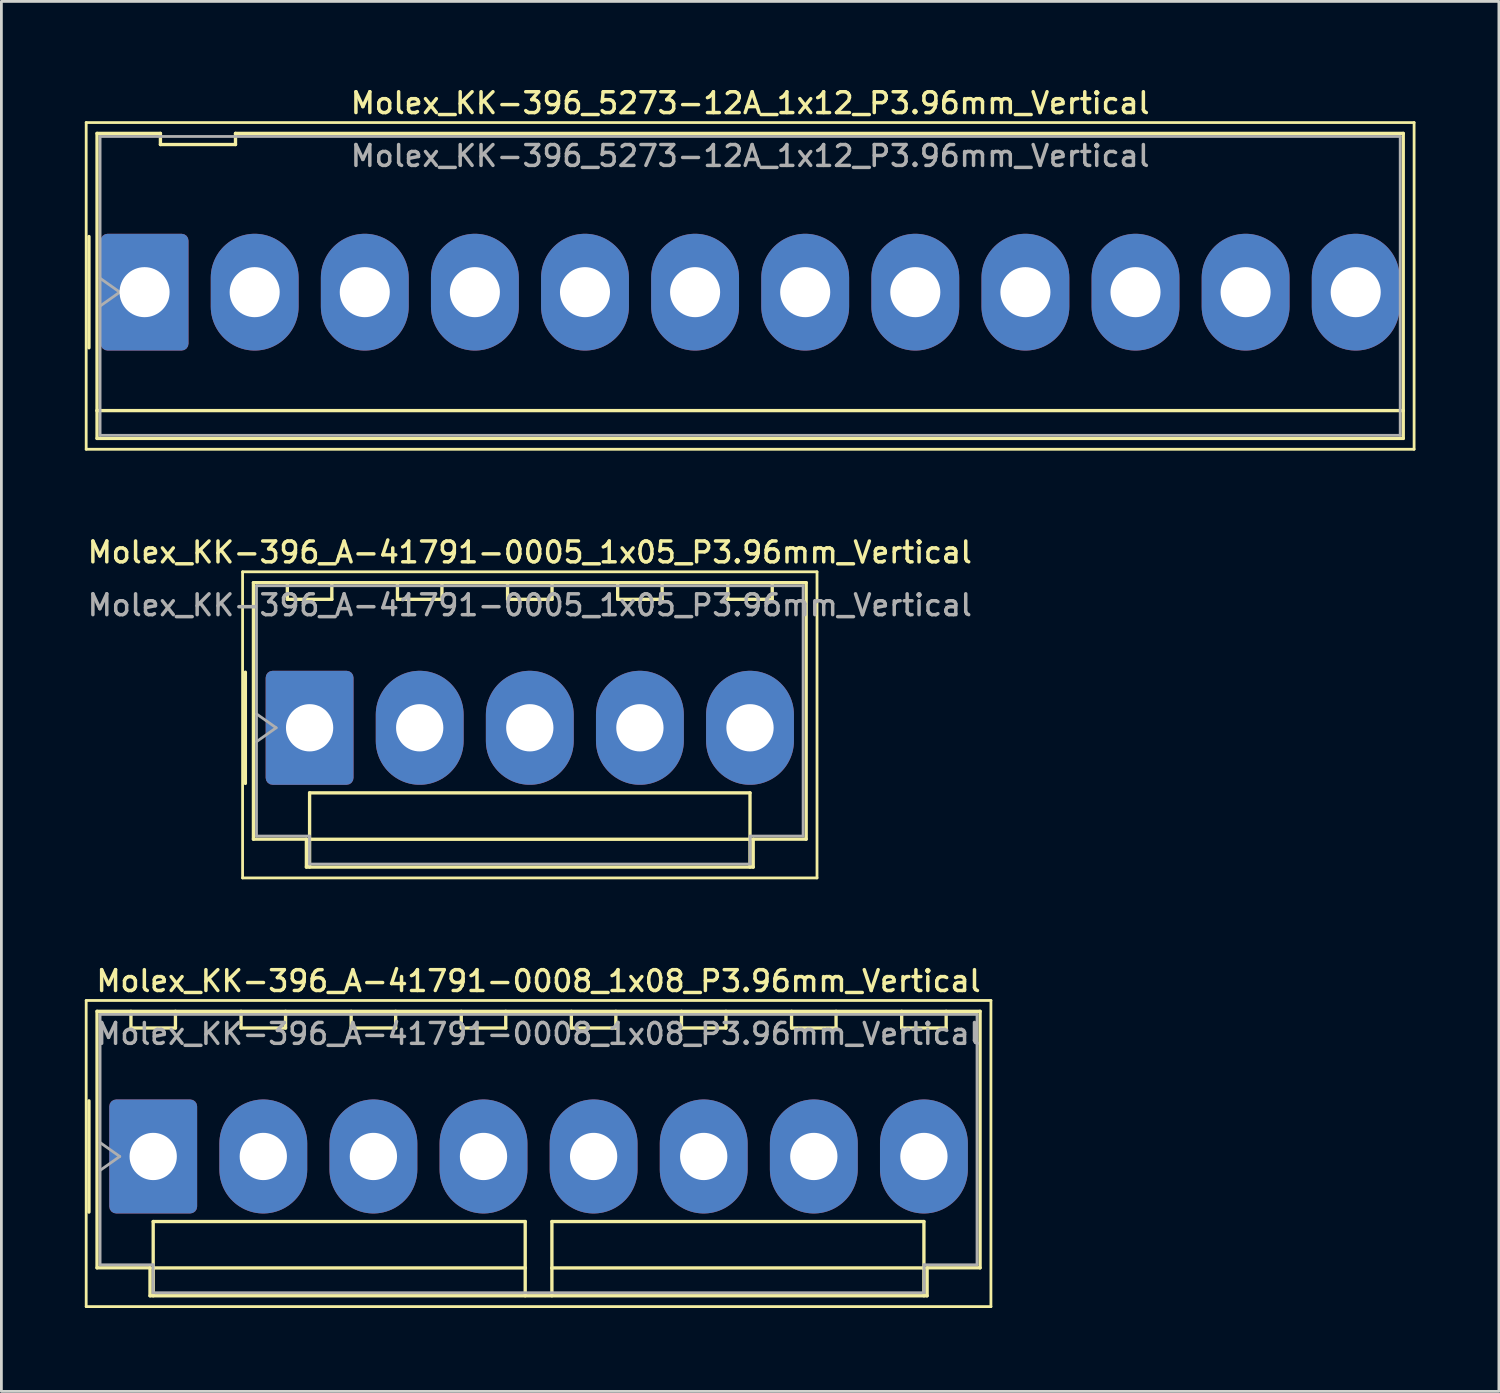
<source format=kicad_pcb>
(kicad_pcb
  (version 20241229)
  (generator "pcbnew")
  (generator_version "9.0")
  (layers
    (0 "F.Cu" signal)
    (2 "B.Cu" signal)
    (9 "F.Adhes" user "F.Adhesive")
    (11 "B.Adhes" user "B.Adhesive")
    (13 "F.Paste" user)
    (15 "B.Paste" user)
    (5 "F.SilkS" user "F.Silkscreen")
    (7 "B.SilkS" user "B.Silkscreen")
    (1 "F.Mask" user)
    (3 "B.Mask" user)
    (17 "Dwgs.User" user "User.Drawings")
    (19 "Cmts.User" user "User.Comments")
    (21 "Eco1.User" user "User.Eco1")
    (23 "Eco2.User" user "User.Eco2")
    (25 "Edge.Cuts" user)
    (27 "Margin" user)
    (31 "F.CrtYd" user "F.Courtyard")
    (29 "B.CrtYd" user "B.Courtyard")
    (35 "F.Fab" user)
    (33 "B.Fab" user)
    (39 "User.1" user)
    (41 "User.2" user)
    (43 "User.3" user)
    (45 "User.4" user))
  (footprint "Molex_KK-396_5273-12A_1x12_P3.96mm_Vertical"
    (layer "F.Cu")
    (at 2.15 7.458)
    (property "Reference" "Molex_KK-396_5273-12A_1x12_P3.96mm_Vertical" (at 21.78 -6.8 0) (layer "F.SilkS") (effects (font (size 0.75 0.75) (thickness 0.125))))
    (attr through_hole)
    (fp_line (start -2.1 -6.1) (end -2.1 5.65) (stroke (width 0.1) (type solid)) (layer "F.SilkS"))
    (fp_line (start -2.1 5.65) (end 45.66 5.65) (stroke (width 0.1) (type solid)) (layer "F.SilkS"))
    (fp_line (start -2 -2) (end -2 2) (stroke (width 0.12) (type solid)) (layer "F.SilkS"))
    (fp_line (start -1.71 -5.71) (end 0.57 -5.71) (stroke (width 0.12) (type solid)) (layer "F.SilkS"))
    (fp_line (start -1.71 4.26) (end -1.71 -5.71) (stroke (width 0.12) (type solid)) (layer "F.SilkS"))
    (fp_line (start -1.71 4.26) (end 45.27 4.26) (stroke (width 0.12) (type solid)) (layer "F.SilkS"))
    (fp_line (start -1.71 5.26) (end -1.71 4.26) (stroke (width 0.12) (type solid)) (layer "F.SilkS"))
    (fp_line (start 0.57 -5.71) (end 0.57 -5.31) (stroke (width 0.12) (type solid)) (layer "F.SilkS"))
    (fp_line (start 0.57 -5.31) (end 3.27 -5.31) (stroke (width 0.12) (type solid)) (layer "F.SilkS"))
    (fp_line (start 3.27 -5.71) (end 45.27 -5.71) (stroke (width 0.12) (type solid)) (layer "F.SilkS"))
    (fp_line (start 3.27 -5.31) (end 3.27 -5.71) (stroke (width 0.12) (type solid)) (layer "F.SilkS"))
    (fp_line (start 45.27 -5.71) (end 45.27 5.26) (stroke (width 0.12) (type solid)) (layer "F.SilkS"))
    (fp_line (start 45.27 5.26) (end -1.71 5.26) (stroke (width 0.12) (type solid)) (layer "F.SilkS"))
    (fp_line (start 45.66 -6.1) (end -2.1 -6.1) (stroke (width 0.1) (type solid)) (layer "F.SilkS"))
    (fp_line (start 45.66 5.65) (end 45.66 -6.1) (stroke (width 0.1) (type solid)) (layer "F.SilkS"))
    (fp_line (start -1.6 -5.6) (end 45.16 -5.6) (stroke (width 0.1) (type solid)) (layer "F.Fab"))
    (fp_line (start -1.6 -0.5) (end -0.893 0) (stroke (width 0.1) (type solid)) (layer "F.Fab"))
    (fp_line (start -1.6 5.15) (end -1.6 -5.6) (stroke (width 0.1) (type solid)) (layer "F.Fab"))
    (fp_line (start -0.893 0) (end -1.6 0.5) (stroke (width 0.1) (type solid)) (layer "F.Fab"))
    (fp_line (start 45.16 -5.6) (end 45.16 5.15) (stroke (width 0.1) (type solid)) (layer "F.Fab"))
    (fp_line (start 45.16 5.15) (end -1.6 5.15) (stroke (width 0.1) (type solid)) (layer "F.Fab"))
    (fp_text user "${REFERENCE}" (at 21.78 -4.9 0) (layer "F.Fab") (effects (font (size 0.75 0.75) (thickness 0.125))))
    (pad "1" thru_hole roundrect (at 0 0) (size 3.16 4.2) (drill 1.8) (layers "*.Cu" "*.Mask") (roundrect_rratio 0.079))
    (pad "2" thru_hole oval (at 3.96 0) (size 3.16 4.2) (drill 1.8) (layers "*.Cu" "*.Mask"))
    (pad "3" thru_hole oval (at 7.92 0) (size 3.16 4.2) (drill 1.8) (layers "*.Cu" "*.Mask"))
    (pad "4" thru_hole oval (at 11.88 0) (size 3.16 4.2) (drill 1.8) (layers "*.Cu" "*.Mask"))
    (pad "5" thru_hole oval (at 15.84 0) (size 3.16 4.2) (drill 1.8) (layers "*.Cu" "*.Mask"))
    (pad "6" thru_hole oval (at 19.8 0) (size 3.16 4.2) (drill 1.8) (layers "*.Cu" "*.Mask"))
    (pad "7" thru_hole oval (at 23.76 0) (size 3.16 4.2) (drill 1.8) (layers "*.Cu" "*.Mask"))
    (pad "8" thru_hole oval (at 27.72 0) (size 3.16 4.2) (drill 1.8) (layers "*.Cu" "*.Mask"))
    (pad "9" thru_hole oval (at 31.68 0) (size 3.16 4.2) (drill 1.8) (layers "*.Cu" "*.Mask"))
    (pad "10" thru_hole oval (at 35.64 0) (size 3.16 4.2) (drill 1.8) (layers "*.Cu" "*.Mask"))
    (pad "11" thru_hole oval (at 39.6 0) (size 3.16 4.2) (drill 1.8) (layers "*.Cu" "*.Mask"))
    (pad "12" thru_hole oval (at 43.56 0) (size 3.16 4.2) (drill 1.8) (layers "*.Cu" "*.Mask")))
  (footprint "Molex_KK-396_A-41791-0005_1x05_P3.96mm_Vertical"
    (layer "F.Cu")
    (at 8.085 23.126)
    (property "Reference" "Molex_KK-396_A-41791-0005_1x05_P3.96mm_Vertical" (at 7.92 -6.31 0) (layer "F.SilkS") (effects (font (size 0.75 0.75) (thickness 0.125))))
    (attr through_hole)
    (fp_line (start -2.41 -5.61) (end -2.41 5.4) (stroke (width 0.1) (type solid)) (layer "F.SilkS"))
    (fp_line (start -2.41 5.4) (end 18.25 5.4) (stroke (width 0.1) (type solid)) (layer "F.SilkS"))
    (fp_line (start -2.31 -2) (end -2.31 2) (stroke (width 0.12) (type solid)) (layer "F.SilkS"))
    (fp_line (start -2.02 -5.22) (end 17.86 -5.22) (stroke (width 0.12) (type solid)) (layer "F.SilkS"))
    (fp_line (start -2.02 4.005) (end -2.02 -5.22) (stroke (width 0.12) (type solid)) (layer "F.SilkS"))
    (fp_line (start -0.8 -5.22) (end -0.8 -4.62) (stroke (width 0.12) (type solid)) (layer "F.SilkS"))
    (fp_line (start -0.8 -4.62) (end 0.8 -4.62) (stroke (width 0.12) (type solid)) (layer "F.SilkS"))
    (fp_line (start -0.115 4.005) (end -2.02 4.005) (stroke (width 0.12) (type solid)) (layer "F.SilkS"))
    (fp_line (start -0.115 5.01) (end -0.115 4.005) (stroke (width 0.12) (type solid)) (layer "F.SilkS"))
    (fp_line (start 0 2.34) (end 15.84 2.34) (stroke (width 0.12) (type solid)) (layer "F.SilkS"))
    (fp_line (start 0 4.01) (end 0 2.34) (stroke (width 0.12) (type solid)) (layer "F.SilkS"))
    (fp_line (start 0 4.01) (end 15.84 4.01) (stroke (width 0.12) (type solid)) (layer "F.SilkS"))
    (fp_line (start 0 5.01) (end 0 4.01) (stroke (width 0.12) (type solid)) (layer "F.SilkS"))
    (fp_line (start 0.8 -4.62) (end 0.8 -5.22) (stroke (width 0.12) (type solid)) (layer "F.SilkS"))
    (fp_line (start 3.16 -5.22) (end 3.16 -4.62) (stroke (width 0.12) (type solid)) (layer "F.SilkS"))
    (fp_line (start 3.16 -4.62) (end 4.76 -4.62) (stroke (width 0.12) (type solid)) (layer "F.SilkS"))
    (fp_line (start 4.76 -4.62) (end 4.76 -5.22) (stroke (width 0.12) (type solid)) (layer "F.SilkS"))
    (fp_line (start 7.12 -5.22) (end 7.12 -4.62) (stroke (width 0.12) (type solid)) (layer "F.SilkS"))
    (fp_line (start 7.12 -4.62) (end 8.72 -4.62) (stroke (width 0.12) (type solid)) (layer "F.SilkS"))
    (fp_line (start 8.72 -4.62) (end 8.72 -5.22) (stroke (width 0.12) (type solid)) (layer "F.SilkS"))
    (fp_line (start 11.08 -5.22) (end 11.08 -4.62) (stroke (width 0.12) (type solid)) (layer "F.SilkS"))
    (fp_line (start 11.08 -4.62) (end 12.68 -4.62) (stroke (width 0.12) (type solid)) (layer "F.SilkS"))
    (fp_line (start 12.68 -4.62) (end 12.68 -5.22) (stroke (width 0.12) (type solid)) (layer "F.SilkS"))
    (fp_line (start 15.04 -5.22) (end 15.04 -4.62) (stroke (width 0.12) (type solid)) (layer "F.SilkS"))
    (fp_line (start 15.04 -4.62) (end 16.64 -4.62) (stroke (width 0.12) (type solid)) (layer "F.SilkS"))
    (fp_line (start 15.84 2.34) (end 15.84 4.01) (stroke (width 0.12) (type solid)) (layer "F.SilkS"))
    (fp_line (start 15.84 4.01) (end 15.84 5.01) (stroke (width 0.12) (type solid)) (layer "F.SilkS"))
    (fp_line (start 15.955 4.005) (end 15.955 5.01) (stroke (width 0.12) (type solid)) (layer "F.SilkS"))
    (fp_line (start 15.955 5.01) (end -0.115 5.01) (stroke (width 0.12) (type solid)) (layer "F.SilkS"))
    (fp_line (start 16.64 -4.62) (end 16.64 -5.22) (stroke (width 0.12) (type solid)) (layer "F.SilkS"))
    (fp_line (start 17.86 -5.22) (end 17.86 4.005) (stroke (width 0.12) (type solid)) (layer "F.SilkS"))
    (fp_line (start 17.86 4.005) (end 15.955 4.005) (stroke (width 0.12) (type solid)) (layer "F.SilkS"))
    (fp_line (start 18.25 -5.61) (end -2.41 -5.61) (stroke (width 0.1) (type solid)) (layer "F.SilkS"))
    (fp_line (start 18.25 5.4) (end 18.25 -5.61) (stroke (width 0.1) (type solid)) (layer "F.SilkS"))
    (fp_line (start -1.91 -5.11) (end 17.75 -5.11) (stroke (width 0.1) (type solid)) (layer "F.Fab"))
    (fp_line (start -1.91 -0.5) (end -1.203 0) (stroke (width 0.1) (type solid)) (layer "F.Fab"))
    (fp_line (start -1.91 3.895) (end -1.91 -5.11) (stroke (width 0.1) (type solid)) (layer "F.Fab"))
    (fp_line (start -1.203 0) (end -1.91 0.5) (stroke (width 0.1) (type solid)) (layer "F.Fab"))
    (fp_line (start -0.005 3.895) (end -1.91 3.895) (stroke (width 0.1) (type solid)) (layer "F.Fab"))
    (fp_line (start -0.005 4.9) (end -0.005 3.895) (stroke (width 0.1) (type solid)) (layer "F.Fab"))
    (fp_line (start 15.845 3.895) (end 15.845 4.9) (stroke (width 0.1) (type solid)) (layer "F.Fab"))
    (fp_line (start 15.845 4.9) (end -0.005 4.9) (stroke (width 0.1) (type solid)) (layer "F.Fab"))
    (fp_line (start 17.75 -5.11) (end 17.75 3.895) (stroke (width 0.1) (type solid)) (layer "F.Fab"))
    (fp_line (start 17.75 3.895) (end 15.845 3.895) (stroke (width 0.1) (type solid)) (layer "F.Fab"))
    (fp_text user "${REFERENCE}" (at 7.92 -4.41 0) (layer "F.Fab") (effects (font (size 0.75 0.75) (thickness 0.125))))
    (pad "1" thru_hole roundrect (at 0 0) (size 3.16 4.1) (drill 1.7) (layers "*.Cu" "*.Mask") (roundrect_rratio 0.079))
    (pad "2" thru_hole oval (at 3.96 0) (size 3.16 4.1) (drill 1.7) (layers "*.Cu" "*.Mask"))
    (pad "3" thru_hole oval (at 7.92 0) (size 3.16 4.1) (drill 1.7) (layers "*.Cu" "*.Mask"))
    (pad "4" thru_hole oval (at 11.88 0) (size 3.16 4.1) (drill 1.7) (layers "*.Cu" "*.Mask"))
    (pad "5" thru_hole oval (at 15.84 0) (size 3.16 4.1) (drill 1.7) (layers "*.Cu" "*.Mask")))
  (footprint "Molex_KK-396_A-41791-0008_1x08_P3.96mm_Vertical"
    (layer "F.Cu")
    (at 2.46 38.544)
    (property "Reference" "Molex_KK-396_A-41791-0008_1x08_P3.96mm_Vertical" (at 13.86 -6.31 0) (layer "F.SilkS") (effects (font (size 0.75 0.75) (thickness 0.125))))
    (attr through_hole)
    (fp_line (start -2.41 -5.61) (end -2.41 5.4) (stroke (width 0.1) (type solid)) (layer "F.SilkS"))
    (fp_line (start -2.41 5.4) (end 30.13 5.4) (stroke (width 0.1) (type solid)) (layer "F.SilkS"))
    (fp_line (start -2.31 -2) (end -2.31 2) (stroke (width 0.12) (type solid)) (layer "F.SilkS"))
    (fp_line (start -2.02 -5.22) (end 29.74 -5.22) (stroke (width 0.12) (type solid)) (layer "F.SilkS"))
    (fp_line (start -2.02 4.005) (end -2.02 -5.22) (stroke (width 0.12) (type solid)) (layer "F.SilkS"))
    (fp_line (start -0.8 -5.22) (end -0.8 -4.62) (stroke (width 0.12) (type solid)) (layer "F.SilkS"))
    (fp_line (start -0.8 -4.62) (end 0.8 -4.62) (stroke (width 0.12) (type solid)) (layer "F.SilkS"))
    (fp_line (start -0.115 4.005) (end -2.02 4.005) (stroke (width 0.12) (type solid)) (layer "F.SilkS"))
    (fp_line (start -0.115 5.01) (end -0.115 4.005) (stroke (width 0.12) (type solid)) (layer "F.SilkS"))
    (fp_line (start 0 2.34) (end 13.38 2.34) (stroke (width 0.12) (type solid)) (layer "F.SilkS"))
    (fp_line (start 0 4.01) (end 0 2.34) (stroke (width 0.12) (type solid)) (layer "F.SilkS"))
    (fp_line (start 0 4.01) (end 13.38 4.01) (stroke (width 0.12) (type solid)) (layer "F.SilkS"))
    (fp_line (start 0 5.01) (end 0 4.01) (stroke (width 0.12) (type solid)) (layer "F.SilkS"))
    (fp_line (start 0.8 -4.62) (end 0.8 -5.22) (stroke (width 0.12) (type solid)) (layer "F.SilkS"))
    (fp_line (start 3.16 -5.22) (end 3.16 -4.62) (stroke (width 0.12) (type solid)) (layer "F.SilkS"))
    (fp_line (start 3.16 -4.62) (end 4.76 -4.62) (stroke (width 0.12) (type solid)) (layer "F.SilkS"))
    (fp_line (start 4.76 -4.62) (end 4.76 -5.22) (stroke (width 0.12) (type solid)) (layer "F.SilkS"))
    (fp_line (start 7.12 -5.22) (end 7.12 -4.62) (stroke (width 0.12) (type solid)) (layer "F.SilkS"))
    (fp_line (start 7.12 -4.62) (end 8.72 -4.62) (stroke (width 0.12) (type solid)) (layer "F.SilkS"))
    (fp_line (start 8.72 -4.62) (end 8.72 -5.22) (stroke (width 0.12) (type solid)) (layer "F.SilkS"))
    (fp_line (start 11.08 -5.22) (end 11.08 -4.62) (stroke (width 0.12) (type solid)) (layer "F.SilkS"))
    (fp_line (start 11.08 -4.62) (end 12.68 -4.62) (stroke (width 0.12) (type solid)) (layer "F.SilkS"))
    (fp_line (start 12.68 -4.62) (end 12.68 -5.22) (stroke (width 0.12) (type solid)) (layer "F.SilkS"))
    (fp_line (start 13.38 2.34) (end 13.38 4.01) (stroke (width 0.12) (type solid)) (layer "F.SilkS"))
    (fp_line (start 13.38 4.01) (end 13.38 5.01) (stroke (width 0.12) (type solid)) (layer "F.SilkS"))
    (fp_line (start 14.34 2.34) (end 27.72 2.34) (stroke (width 0.12) (type solid)) (layer "F.SilkS"))
    (fp_line (start 14.34 4.01) (end 14.34 2.34) (stroke (width 0.12) (type solid)) (layer "F.SilkS"))
    (fp_line (start 14.34 4.01) (end 27.72 4.01) (stroke (width 0.12) (type solid)) (layer "F.SilkS"))
    (fp_line (start 14.34 5.01) (end 14.34 4.01) (stroke (width 0.12) (type solid)) (layer "F.SilkS"))
    (fp_line (start 15.04 -5.22) (end 15.04 -4.62) (stroke (width 0.12) (type solid)) (layer "F.SilkS"))
    (fp_line (start 15.04 -4.62) (end 16.64 -4.62) (stroke (width 0.12) (type solid)) (layer "F.SilkS"))
    (fp_line (start 16.64 -4.62) (end 16.64 -5.22) (stroke (width 0.12) (type solid)) (layer "F.SilkS"))
    (fp_line (start 19 -5.22) (end 19 -4.62) (stroke (width 0.12) (type solid)) (layer "F.SilkS"))
    (fp_line (start 19 -4.62) (end 20.6 -4.62) (stroke (width 0.12) (type solid)) (layer "F.SilkS"))
    (fp_line (start 20.6 -4.62) (end 20.6 -5.22) (stroke (width 0.12) (type solid)) (layer "F.SilkS"))
    (fp_line (start 22.96 -5.22) (end 22.96 -4.62) (stroke (width 0.12) (type solid)) (layer "F.SilkS"))
    (fp_line (start 22.96 -4.62) (end 24.56 -4.62) (stroke (width 0.12) (type solid)) (layer "F.SilkS"))
    (fp_line (start 24.56 -4.62) (end 24.56 -5.22) (stroke (width 0.12) (type solid)) (layer "F.SilkS"))
    (fp_line (start 26.92 -5.22) (end 26.92 -4.62) (stroke (width 0.12) (type solid)) (layer "F.SilkS"))
    (fp_line (start 26.92 -4.62) (end 28.52 -4.62) (stroke (width 0.12) (type solid)) (layer "F.SilkS"))
    (fp_line (start 27.72 2.34) (end 27.72 4.01) (stroke (width 0.12) (type solid)) (layer "F.SilkS"))
    (fp_line (start 27.72 4.01) (end 27.72 5.01) (stroke (width 0.12) (type solid)) (layer "F.SilkS"))
    (fp_line (start 27.835 4.005) (end 27.835 5.01) (stroke (width 0.12) (type solid)) (layer "F.SilkS"))
    (fp_line (start 27.835 5.01) (end -0.115 5.01) (stroke (width 0.12) (type solid)) (layer "F.SilkS"))
    (fp_line (start 28.52 -4.62) (end 28.52 -5.22) (stroke (width 0.12) (type solid)) (layer "F.SilkS"))
    (fp_line (start 29.74 -5.22) (end 29.74 4.005) (stroke (width 0.12) (type solid)) (layer "F.SilkS"))
    (fp_line (start 29.74 4.005) (end 27.835 4.005) (stroke (width 0.12) (type solid)) (layer "F.SilkS"))
    (fp_line (start 30.13 -5.61) (end -2.41 -5.61) (stroke (width 0.1) (type solid)) (layer "F.SilkS"))
    (fp_line (start 30.13 5.4) (end 30.13 -5.61) (stroke (width 0.1) (type solid)) (layer "F.SilkS"))
    (fp_line (start -1.91 -5.11) (end 29.63 -5.11) (stroke (width 0.1) (type solid)) (layer "F.Fab"))
    (fp_line (start -1.91 -0.5) (end -1.203 0) (stroke (width 0.1) (type solid)) (layer "F.Fab"))
    (fp_line (start -1.91 3.895) (end -1.91 -5.11) (stroke (width 0.1) (type solid)) (layer "F.Fab"))
    (fp_line (start -1.203 0) (end -1.91 0.5) (stroke (width 0.1) (type solid)) (layer "F.Fab"))
    (fp_line (start -0.005 3.895) (end -1.91 3.895) (stroke (width 0.1) (type solid)) (layer "F.Fab"))
    (fp_line (start -0.005 4.9) (end -0.005 3.895) (stroke (width 0.1) (type solid)) (layer "F.Fab"))
    (fp_line (start 27.725 3.895) (end 27.725 4.9) (stroke (width 0.1) (type solid)) (layer "F.Fab"))
    (fp_line (start 27.725 4.9) (end -0.005 4.9) (stroke (width 0.1) (type solid)) (layer "F.Fab"))
    (fp_line (start 29.63 -5.11) (end 29.63 3.895) (stroke (width 0.1) (type solid)) (layer "F.Fab"))
    (fp_line (start 29.63 3.895) (end 27.725 3.895) (stroke (width 0.1) (type solid)) (layer "F.Fab"))
    (fp_text user "${REFERENCE}" (at 13.86 -4.41 0) (layer "F.Fab") (effects (font (size 0.75 0.75) (thickness 0.125))))
    (pad "1" thru_hole roundrect (at 0 0) (size 3.16 4.1) (drill 1.7) (layers "*.Cu" "*.Mask") (roundrect_rratio 0.079))
    (pad "2" thru_hole oval (at 3.96 0) (size 3.16 4.1) (drill 1.7) (layers "*.Cu" "*.Mask"))
    (pad "3" thru_hole oval (at 7.92 0) (size 3.16 4.1) (drill 1.7) (layers "*.Cu" "*.Mask"))
    (pad "4" thru_hole oval (at 11.88 0) (size 3.16 4.1) (drill 1.7) (layers "*.Cu" "*.Mask"))
    (pad "5" thru_hole oval (at 15.84 0) (size 3.16 4.1) (drill 1.7) (layers "*.Cu" "*.Mask"))
    (pad "6" thru_hole oval (at 19.8 0) (size 3.16 4.1) (drill 1.7) (layers "*.Cu" "*.Mask"))
    (pad "7" thru_hole oval (at 23.76 0) (size 3.16 4.1) (drill 1.7) (layers "*.Cu" "*.Mask"))
    (pad "8" thru_hole oval (at 27.72 0) (size 3.16 4.1) (drill 1.7) (layers "*.Cu" "*.Mask")))
  (gr_rect
    (start -3 -3)
    (end 50.86 46.994)
    (stroke (width 0.1) (type default))
    (fill no)
    (layer "Edge.Cuts")))
</source>
